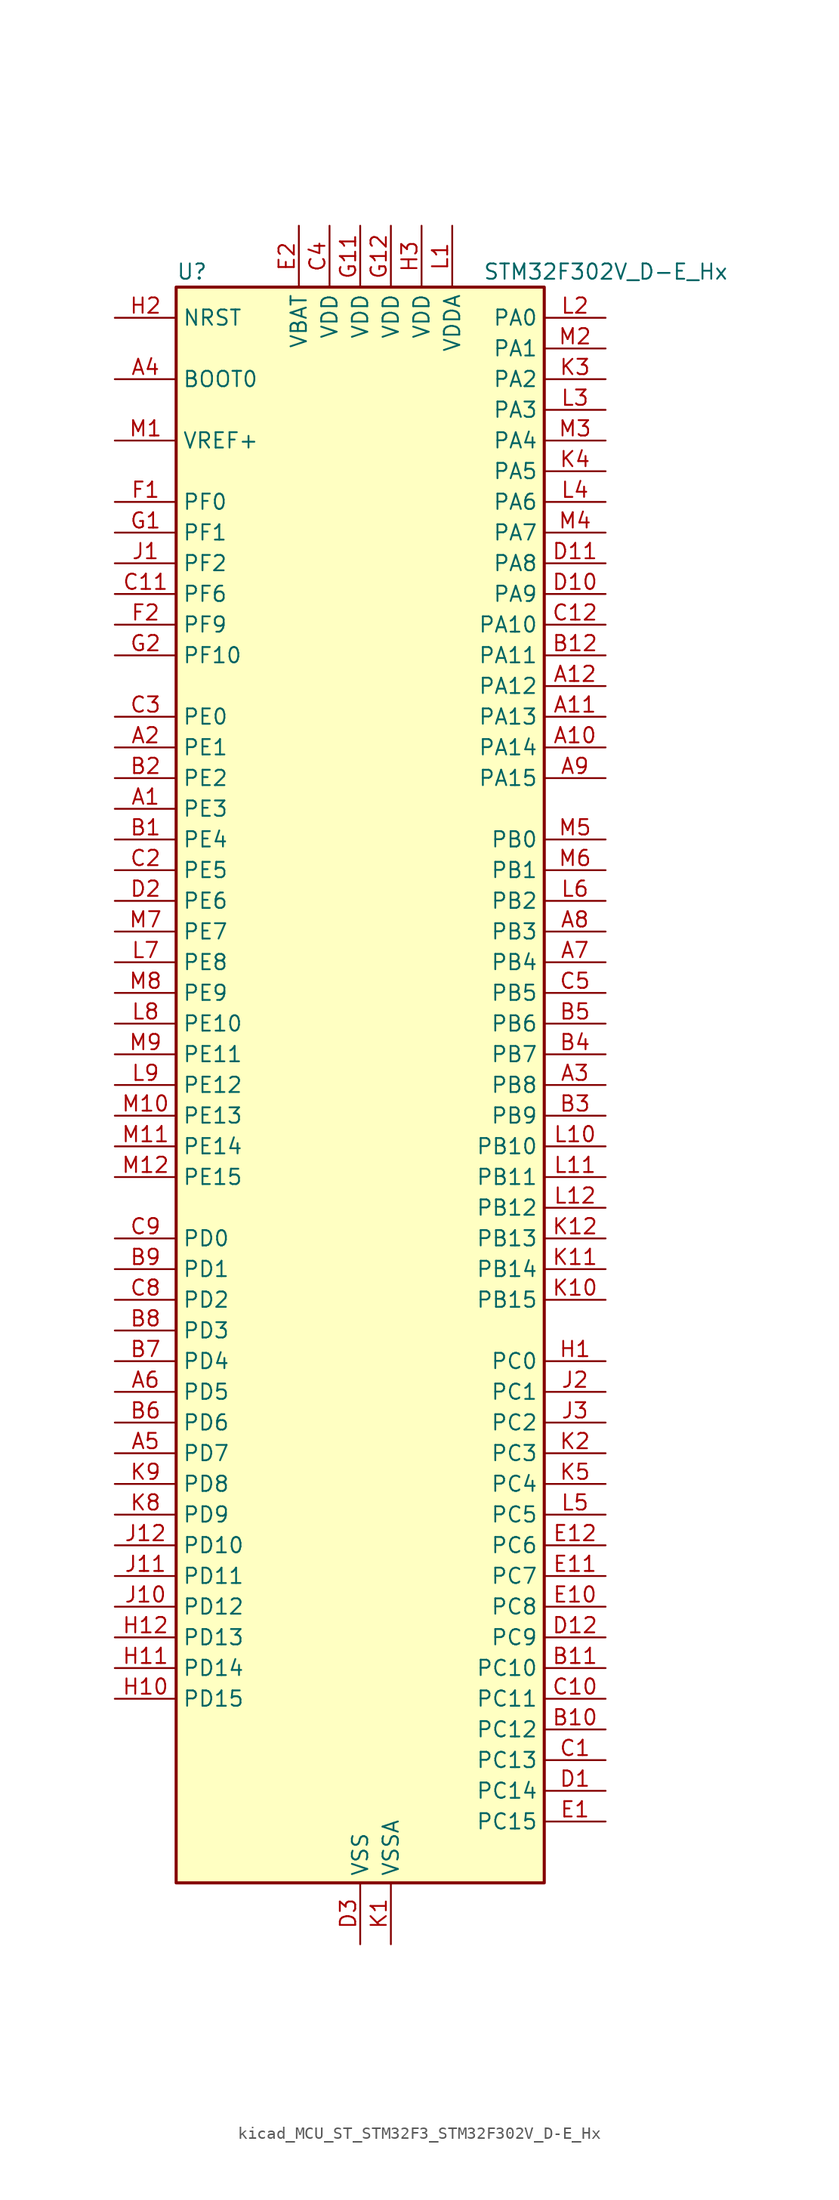
<source format=kicad_sym>
(kicad_symbol_lib
  (version 20220914)
  (generator kicad_symbol_editor)
  (symbol "kicad_MCU_ST_STM32F3_STM32F302V_D-E_Hx"
    (property "Reference" "U"
      (at -15.24 67.31 0)
      (effects (font (size 1.27 1.27)) (justify left)))
    (property "Value" "STM32F302V_D-E_Hx"
      (at 10.16 67.31 0)
      (effects (font (size 1.27 1.27)) (justify left)))
    (property "ki_locked" ""
      (at 0 0 0)
      (effects (font (size 1.27 1.27))))
    (symbol "kicad_MCU_ST_STM32F3_STM32F302V_D-E_Hx_0_1"
      (rectangle (start -15.24 -66.04) (end 15.24 66.04) (stroke (width 0.254) (type default)) (fill (type background))))
    (symbol "kicad_MCU_ST_STM32F3_STM32F302V_D-E_Hx_1_1"
      (pin bidirectional line (at -20.32 22.86 0) (length 5.08) (name "PE3" (effects (font (size 1.27 1.27)))) (number "A1" (effects (font (size 1.27 1.27)))) (alternate "FMC_A19" bidirectional line) (alternate "SPI4_NSS" bidirectional line) (alternate "SYS_TRACED0" bidirectional line) (alternate "TIM3_CH2" bidirectional line) (alternate "TSC_G7_IO2" bidirectional line))
      (pin bidirectional line (at 20.32 27.94 180) (length 5.08) (name "PA14" (effects (font (size 1.27 1.27)))) (number "A10" (effects (font (size 1.27 1.27)))) (alternate "I2C1_SDA" bidirectional line) (alternate "SYS_JTCK-SWCLK" bidirectional line) (alternate "TIM1_BKIN" bidirectional line) (alternate "TSC_G4_IO4" bidirectional line) (alternate "USART2_TX" bidirectional line))
      (pin bidirectional line (at 20.32 30.48 180) (length 5.08) (name "PA13" (effects (font (size 1.27 1.27)))) (number "A11" (effects (font (size 1.27 1.27)))) (alternate "IR_OUT" bidirectional line) (alternate "SYS_JTMS-SWDIO" bidirectional line) (alternate "TIM16_CH1N" bidirectional line) (alternate "TIM4_CH3" bidirectional line) (alternate "TSC_G4_IO3" bidirectional line) (alternate "USART3_CTS" bidirectional line))
      (pin bidirectional line (at 20.32 33.02 180) (length 5.08) (name "PA12" (effects (font (size 1.27 1.27)))) (number "A12" (effects (font (size 1.27 1.27)))) (alternate "CAN_TX" bidirectional line) (alternate "COMP2_OUT" bidirectional line) (alternate "I2S_CKIN" bidirectional line) (alternate "TIM16_CH1" bidirectional line) (alternate "TIM1_CH2N" bidirectional line) (alternate "TIM1_ETR" bidirectional line) (alternate "TIM4_CH2" bidirectional line) (alternate "USART1_DE" bidirectional line) (alternate "USART1_RTS" bidirectional line) (alternate "USB_DP" bidirectional line))
      (pin bidirectional line (at -20.32 27.94 0) (length 5.08) (name "PE1" (effects (font (size 1.27 1.27)))) (number "A2" (effects (font (size 1.27 1.27)))) (alternate "FMC_NBL1" bidirectional line) (alternate "TIM17_CH1" bidirectional line) (alternate "USART1_RX" bidirectional line))
      (pin bidirectional line (at 20.32 0 180) (length 5.08) (name "PB8" (effects (font (size 1.27 1.27)))) (number "A3" (effects (font (size 1.27 1.27)))) (alternate "CAN_RX" bidirectional line) (alternate "COMP1_OUT" bidirectional line) (alternate "I2C1_SCL" bidirectional line) (alternate "TIM16_CH1" bidirectional line) (alternate "TIM1_BKIN" bidirectional line) (alternate "TIM4_CH3" bidirectional line) (alternate "TSC_SYNC" bidirectional line) (alternate "USART3_RX" bidirectional line))
      (pin input line (at -20.32 58.42 0) (length 5.08) (name "BOOT0" (effects (font (size 1.27 1.27)))) (number "A4" (effects (font (size 1.27 1.27)))))
      (pin bidirectional line (at -20.32 -30.48 0) (length 5.08) (name "PD7" (effects (font (size 1.27 1.27)))) (number "A5" (effects (font (size 1.27 1.27)))) (alternate "FMC_NCE2" bidirectional line) (alternate "FMC_NE1" bidirectional line) (alternate "TIM2_CH3" bidirectional line) (alternate "USART2_CK" bidirectional line))
      (pin bidirectional line (at -20.32 -25.4 0) (length 5.08) (name "PD5" (effects (font (size 1.27 1.27)))) (number "A6" (effects (font (size 1.27 1.27)))) (alternate "FMC_NWE" bidirectional line) (alternate "USART2_TX" bidirectional line))
      (pin bidirectional line (at 20.32 10.16 180) (length 5.08) (name "PB4" (effects (font (size 1.27 1.27)))) (number "A7" (effects (font (size 1.27 1.27)))) (alternate "I2S3_ext_SD" bidirectional line) (alternate "SPI1_MISO" bidirectional line) (alternate "SPI3_MISO" bidirectional line) (alternate "SYS_NJTRST" bidirectional line) (alternate "TIM16_CH1" bidirectional line) (alternate "TIM17_BKIN" bidirectional line) (alternate "TIM3_CH1" bidirectional line) (alternate "TSC_G5_IO2" bidirectional line) (alternate "USART2_RX" bidirectional line))
      (pin bidirectional line (at 20.32 12.7 180) (length 5.08) (name "PB3" (effects (font (size 1.27 1.27)))) (number "A8" (effects (font (size 1.27 1.27)))) (alternate "I2S3_CK" bidirectional line) (alternate "SPI1_SCK" bidirectional line) (alternate "SPI3_SCK" bidirectional line) (alternate "SYS_JTDO-TRACESWO" bidirectional line) (alternate "TIM2_CH2" bidirectional line) (alternate "TIM3_ETR" bidirectional line) (alternate "TIM4_ETR" bidirectional line) (alternate "TSC_G5_IO1" bidirectional line) (alternate "USART2_TX" bidirectional line))
      (pin bidirectional line (at 20.32 25.4 180) (length 5.08) (name "PA15" (effects (font (size 1.27 1.27)))) (number "A9" (effects (font (size 1.27 1.27)))) (alternate "ADC1_EXTI15" bidirectional line) (alternate "ADC2_EXTI15" bidirectional line) (alternate "I2C1_SCL" bidirectional line) (alternate "I2S3_WS" bidirectional line) (alternate "SPI1_NSS" bidirectional line) (alternate "SPI3_NSS" bidirectional line) (alternate "SYS_JTDI" bidirectional line) (alternate "TIM1_BKIN" bidirectional line) (alternate "TIM2_CH1" bidirectional line) (alternate "TIM2_ETR" bidirectional line) (alternate "TSC_SYNC" bidirectional line) (alternate "USART2_RX" bidirectional line))
      (pin bidirectional line (at -20.32 20.32 0) (length 5.08) (name "PE4" (effects (font (size 1.27 1.27)))) (number "B1" (effects (font (size 1.27 1.27)))) (alternate "FMC_A20" bidirectional line) (alternate "SPI4_NSS" bidirectional line) (alternate "SYS_TRACED1" bidirectional line) (alternate "TIM3_CH3" bidirectional line) (alternate "TSC_G7_IO3" bidirectional line))
      (pin bidirectional line (at 20.32 -53.34 180) (length 5.08) (name "PC12" (effects (font (size 1.27 1.27)))) (number "B10" (effects (font (size 1.27 1.27)))) (alternate "I2S3_SD" bidirectional line) (alternate "SPI3_MOSI" bidirectional line) (alternate "UART5_TX" bidirectional line) (alternate "USART3_CK" bidirectional line))
      (pin bidirectional line (at 20.32 -48.26 180) (length 5.08) (name "PC10" (effects (font (size 1.27 1.27)))) (number "B11" (effects (font (size 1.27 1.27)))) (alternate "I2S3_CK" bidirectional line) (alternate "SPI3_SCK" bidirectional line) (alternate "UART4_TX" bidirectional line) (alternate "USART3_TX" bidirectional line))
      (pin bidirectional line (at 20.32 35.56 180) (length 5.08) (name "PA11" (effects (font (size 1.27 1.27)))) (number "B12" (effects (font (size 1.27 1.27)))) (alternate "ADC1_EXTI11" bidirectional line) (alternate "ADC2_EXTI11" bidirectional line) (alternate "CAN_RX" bidirectional line) (alternate "COMP1_OUT" bidirectional line) (alternate "I2S2_SD" bidirectional line) (alternate "SPI2_MOSI" bidirectional line) (alternate "TIM1_BKIN2" bidirectional line) (alternate "TIM1_CH1N" bidirectional line) (alternate "TIM1_CH4" bidirectional line) (alternate "TIM4_CH1" bidirectional line) (alternate "USART1_CTS" bidirectional line) (alternate "USB_DM" bidirectional line))
      (pin bidirectional line (at -20.32 25.4 0) (length 5.08) (name "PE2" (effects (font (size 1.27 1.27)))) (number "B2" (effects (font (size 1.27 1.27)))) (alternate "FMC_A23" bidirectional line) (alternate "SPI4_SCK" bidirectional line) (alternate "SYS_TRACECK" bidirectional line) (alternate "TIM3_CH1" bidirectional line) (alternate "TSC_G7_IO1" bidirectional line))
      (pin bidirectional line (at 20.32 -2.54 180) (length 5.08) (name "PB9" (effects (font (size 1.27 1.27)))) (number "B3" (effects (font (size 1.27 1.27)))) (alternate "CAN_TX" bidirectional line) (alternate "COMP2_OUT" bidirectional line) (alternate "DAC1_EXTI9" bidirectional line) (alternate "I2C1_SDA" bidirectional line) (alternate "IR_OUT" bidirectional line) (alternate "TIM17_CH1" bidirectional line) (alternate "TIM4_CH4" bidirectional line) (alternate "USART3_TX" bidirectional line))
      (pin bidirectional line (at 20.32 2.54 180) (length 5.08) (name "PB7" (effects (font (size 1.27 1.27)))) (number "B4" (effects (font (size 1.27 1.27)))) (alternate "FMC_NL" bidirectional line) (alternate "I2C1_SDA" bidirectional line) (alternate "TIM17_CH1N" bidirectional line) (alternate "TIM3_CH4" bidirectional line) (alternate "TIM4_CH2" bidirectional line) (alternate "TSC_G5_IO4" bidirectional line) (alternate "USART1_RX" bidirectional line))
      (pin bidirectional line (at 20.32 5.08 180) (length 5.08) (name "PB6" (effects (font (size 1.27 1.27)))) (number "B5" (effects (font (size 1.27 1.27)))) (alternate "I2C1_SCL" bidirectional line) (alternate "TIM16_CH1N" bidirectional line) (alternate "TIM4_CH1" bidirectional line) (alternate "TSC_G5_IO3" bidirectional line) (alternate "USART1_TX" bidirectional line))
      (pin bidirectional line (at -20.32 -27.94 0) (length 5.08) (name "PD6" (effects (font (size 1.27 1.27)))) (number "B6" (effects (font (size 1.27 1.27)))) (alternate "FMC_NWAIT" bidirectional line) (alternate "TIM2_CH4" bidirectional line) (alternate "USART2_RX" bidirectional line))
      (pin bidirectional line (at -20.32 -22.86 0) (length 5.08) (name "PD4" (effects (font (size 1.27 1.27)))) (number "B7" (effects (font (size 1.27 1.27)))) (alternate "FMC_NOE" bidirectional line) (alternate "TIM2_CH2" bidirectional line) (alternate "USART2_DE" bidirectional line) (alternate "USART2_RTS" bidirectional line))
      (pin bidirectional line (at -20.32 -20.32 0) (length 5.08) (name "PD3" (effects (font (size 1.27 1.27)))) (number "B8" (effects (font (size 1.27 1.27)))) (alternate "FMC_CLK" bidirectional line) (alternate "TIM2_CH1" bidirectional line) (alternate "TIM2_ETR" bidirectional line) (alternate "USART2_CTS" bidirectional line))
      (pin bidirectional line (at -20.32 -15.24 0) (length 5.08) (name "PD1" (effects (font (size 1.27 1.27)))) (number "B9" (effects (font (size 1.27 1.27)))) (alternate "CAN_TX" bidirectional line) (alternate "FMC_D3" bidirectional line) (alternate "FMC_DA3" bidirectional line))
      (pin bidirectional line (at 20.32 -55.88 180) (length 5.08) (name "PC13" (effects (font (size 1.27 1.27)))) (number "C1" (effects (font (size 1.27 1.27)))) (alternate "RTC_OUT_ALARM" bidirectional line) (alternate "RTC_OUT_CALIB" bidirectional line) (alternate "RTC_TAMP1" bidirectional line) (alternate "RTC_TS" bidirectional line) (alternate "SYS_WKUP2" bidirectional line) (alternate "TIM1_CH1N" bidirectional line))
      (pin bidirectional line (at 20.32 -50.8 180) (length 5.08) (name "PC11" (effects (font (size 1.27 1.27)))) (number "C10" (effects (font (size 1.27 1.27)))) (alternate "ADC1_EXTI11" bidirectional line) (alternate "ADC2_EXTI11" bidirectional line) (alternate "I2S3_ext_SD" bidirectional line) (alternate "SPI3_MISO" bidirectional line) (alternate "UART4_RX" bidirectional line) (alternate "USART3_RX" bidirectional line))
      (pin bidirectional line (at -20.32 40.64 0) (length 5.08) (name "PF6" (effects (font (size 1.27 1.27)))) (number "C11" (effects (font (size 1.27 1.27)))) (alternate "FMC_NIORD" bidirectional line) (alternate "I2C2_SCL" bidirectional line) (alternate "TIM4_CH4" bidirectional line) (alternate "USART3_DE" bidirectional line) (alternate "USART3_RTS" bidirectional line))
      (pin bidirectional line (at 20.32 38.1 180) (length 5.08) (name "PA10" (effects (font (size 1.27 1.27)))) (number "C12" (effects (font (size 1.27 1.27)))) (alternate "COMP6_OUT" bidirectional line) (alternate "I2C2_SDA" bidirectional line) (alternate "I2S2_ext_SD" bidirectional line) (alternate "SPI2_MISO" bidirectional line) (alternate "TIM17_BKIN" bidirectional line) (alternate "TIM1_CH3" bidirectional line) (alternate "TIM2_CH4" bidirectional line) (alternate "TSC_G4_IO2" bidirectional line) (alternate "USART1_RX" bidirectional line))
      (pin bidirectional line (at -20.32 17.78 0) (length 5.08) (name "PE5" (effects (font (size 1.27 1.27)))) (number "C2" (effects (font (size 1.27 1.27)))) (alternate "FMC_A21" bidirectional line) (alternate "SPI4_MISO" bidirectional line) (alternate "SYS_TRACED2" bidirectional line) (alternate "TIM3_CH4" bidirectional line) (alternate "TSC_G7_IO4" bidirectional line))
      (pin bidirectional line (at -20.32 30.48 0) (length 5.08) (name "PE0" (effects (font (size 1.27 1.27)))) (number "C3" (effects (font (size 1.27 1.27)))) (alternate "FMC_NBL0" bidirectional line) (alternate "TIM16_CH1" bidirectional line) (alternate "TIM4_ETR" bidirectional line) (alternate "USART1_TX" bidirectional line))
      (pin power_in line (at -2.54 71.12 270) (length 5.08) (name "VDD" (effects (font (size 1.27 1.27)))) (number "C4" (effects (font (size 1.27 1.27)))))
      (pin bidirectional line (at 20.32 7.62 180) (length 5.08) (name "PB5" (effects (font (size 1.27 1.27)))) (number "C5" (effects (font (size 1.27 1.27)))) (alternate "I2C1_SMBA" bidirectional line) (alternate "I2C3_SDA" bidirectional line) (alternate "I2S3_SD" bidirectional line) (alternate "SPI1_MOSI" bidirectional line) (alternate "SPI3_MOSI" bidirectional line) (alternate "TIM16_BKIN" bidirectional line) (alternate "TIM17_CH1" bidirectional line) (alternate "TIM3_CH2" bidirectional line) (alternate "USART2_CK" bidirectional line))
      (pin bidirectional line (at -20.32 -17.78 0) (length 5.08) (name "PD2" (effects (font (size 1.27 1.27)))) (number "C8" (effects (font (size 1.27 1.27)))) (alternate "TIM3_ETR" bidirectional line) (alternate "UART5_RX" bidirectional line))
      (pin bidirectional line (at -20.32 -12.7 0) (length 5.08) (name "PD0" (effects (font (size 1.27 1.27)))) (number "C9" (effects (font (size 1.27 1.27)))) (alternate "CAN_RX" bidirectional line) (alternate "FMC_D2" bidirectional line) (alternate "FMC_DA2" bidirectional line))
      (pin bidirectional line (at 20.32 -58.42 180) (length 5.08) (name "PC14" (effects (font (size 1.27 1.27)))) (number "D1" (effects (font (size 1.27 1.27)))) (alternate "RCC_OSC32_IN" bidirectional line))
      (pin bidirectional line (at 20.32 40.64 180) (length 5.08) (name "PA9" (effects (font (size 1.27 1.27)))) (number "D10" (effects (font (size 1.27 1.27)))) (alternate "DAC1_EXTI9" bidirectional line) (alternate "I2C2_SCL" bidirectional line) (alternate "I2C3_SMBA" bidirectional line) (alternate "I2S3_MCK" bidirectional line) (alternate "TIM15_BKIN" bidirectional line) (alternate "TIM1_CH2" bidirectional line) (alternate "TIM2_CH3" bidirectional line) (alternate "TSC_G4_IO1" bidirectional line) (alternate "USART1_TX" bidirectional line))
      (pin bidirectional line (at 20.32 43.18 180) (length 5.08) (name "PA8" (effects (font (size 1.27 1.27)))) (number "D11" (effects (font (size 1.27 1.27)))) (alternate "I2C2_SMBA" bidirectional line) (alternate "I2C3_SCL" bidirectional line) (alternate "I2S2_MCK" bidirectional line) (alternate "RCC_MCO" bidirectional line) (alternate "TIM1_CH1" bidirectional line) (alternate "TIM4_ETR" bidirectional line) (alternate "USART1_CK" bidirectional line))
      (pin bidirectional line (at 20.32 -45.72 180) (length 5.08) (name "PC9" (effects (font (size 1.27 1.27)))) (number "D12" (effects (font (size 1.27 1.27)))) (alternate "DAC1_EXTI9" bidirectional line) (alternate "I2C3_SDA" bidirectional line) (alternate "I2S_CKIN" bidirectional line) (alternate "TIM3_CH4" bidirectional line))
      (pin bidirectional line (at -20.32 15.24 0) (length 5.08) (name "PE6" (effects (font (size 1.27 1.27)))) (number "D2" (effects (font (size 1.27 1.27)))) (alternate "FMC_A22" bidirectional line) (alternate "RTC_TAMP3" bidirectional line) (alternate "SPI4_MOSI" bidirectional line) (alternate "SYS_TRACED3" bidirectional line) (alternate "SYS_WKUP3" bidirectional line))
      (pin power_in line (at 0 -71.12 90) (length 5.08) (name "VSS" (effects (font (size 1.27 1.27)))) (number "D3" (effects (font (size 1.27 1.27)))))
      (pin bidirectional line (at 20.32 -60.96 180) (length 5.08) (name "PC15" (effects (font (size 1.27 1.27)))) (number "E1" (effects (font (size 1.27 1.27)))) (alternate "ADC1_EXTI15" bidirectional line) (alternate "ADC2_EXTI15" bidirectional line) (alternate "RCC_OSC32_OUT" bidirectional line))
      (pin bidirectional line (at 20.32 -43.18 180) (length 5.08) (name "PC8" (effects (font (size 1.27 1.27)))) (number "E10" (effects (font (size 1.27 1.27)))) (alternate "TIM3_CH3" bidirectional line))
      (pin bidirectional line (at 20.32 -40.64 180) (length 5.08) (name "PC7" (effects (font (size 1.27 1.27)))) (number "E11" (effects (font (size 1.27 1.27)))) (alternate "I2S3_MCK" bidirectional line) (alternate "TIM3_CH2" bidirectional line))
      (pin bidirectional line (at 20.32 -38.1 180) (length 5.08) (name "PC6" (effects (font (size 1.27 1.27)))) (number "E12" (effects (font (size 1.27 1.27)))) (alternate "COMP6_OUT" bidirectional line) (alternate "I2S2_MCK" bidirectional line) (alternate "TIM3_CH1" bidirectional line))
      (pin power_in line (at -5.08 71.12 270) (length 5.08) (name "VBAT" (effects (font (size 1.27 1.27)))) (number "E2" (effects (font (size 1.27 1.27)))))
      (pin passive line (at 0 -71.12 90) (length 5.08) hide (name "VSS" (effects (font (size 1.27 1.27)))) (number "E3" (effects (font (size 1.27 1.27)))))
      (pin bidirectional line (at -20.32 48.26 0) (length 5.08) (name "PF0" (effects (font (size 1.27 1.27)))) (number "F1" (effects (font (size 1.27 1.27)))) (alternate "I2C2_SDA" bidirectional line) (alternate "I2S2_WS" bidirectional line) (alternate "RCC_OSC_IN" bidirectional line) (alternate "SPI2_NSS" bidirectional line) (alternate "TIM1_CH3N" bidirectional line))
      (pin passive line (at 0 -71.12 90) (length 5.08) hide (name "VSS" (effects (font (size 1.27 1.27)))) (number "F11" (effects (font (size 1.27 1.27)))))
      (pin passive line (at 0 -71.12 90) (length 5.08) hide (name "VSS" (effects (font (size 1.27 1.27)))) (number "F12" (effects (font (size 1.27 1.27)))))
      (pin bidirectional line (at -20.32 38.1 0) (length 5.08) (name "PF9" (effects (font (size 1.27 1.27)))) (number "F2" (effects (font (size 1.27 1.27)))) (alternate "DAC1_EXTI9" bidirectional line) (alternate "FMC_CD" bidirectional line) (alternate "SPI2_SCK" bidirectional line) (alternate "TIM15_CH1" bidirectional line))
      (pin bidirectional line (at -20.32 45.72 0) (length 5.08) (name "PF1" (effects (font (size 1.27 1.27)))) (number "G1" (effects (font (size 1.27 1.27)))) (alternate "I2C2_SCL" bidirectional line) (alternate "I2S2_CK" bidirectional line) (alternate "RCC_OSC_OUT" bidirectional line) (alternate "SPI2_SCK" bidirectional line))
      (pin power_in line (at 0 71.12 270) (length 5.08) (name "VDD" (effects (font (size 1.27 1.27)))) (number "G11" (effects (font (size 1.27 1.27)))))
      (pin power_in line (at 2.54 71.12 270) (length 5.08) (name "VDD" (effects (font (size 1.27 1.27)))) (number "G12" (effects (font (size 1.27 1.27)))))
      (pin bidirectional line (at -20.32 35.56 0) (length 5.08) (name "PF10" (effects (font (size 1.27 1.27)))) (number "G2" (effects (font (size 1.27 1.27)))) (alternate "FMC_INTR" bidirectional line) (alternate "SPI2_SCK" bidirectional line) (alternate "TIM15_CH2" bidirectional line))
      (pin bidirectional line (at 20.32 -22.86 180) (length 5.08) (name "PC0" (effects (font (size 1.27 1.27)))) (number "H1" (effects (font (size 1.27 1.27)))) (alternate "ADC1_IN6" bidirectional line) (alternate "ADC2_IN6" bidirectional line) (alternate "TIM1_CH1" bidirectional line))
      (pin bidirectional line (at -20.32 -50.8 0) (length 5.08) (name "PD15" (effects (font (size 1.27 1.27)))) (number "H10" (effects (font (size 1.27 1.27)))) (alternate "ADC1_EXTI15" bidirectional line) (alternate "ADC2_EXTI15" bidirectional line) (alternate "FMC_D1" bidirectional line) (alternate "FMC_DA1" bidirectional line) (alternate "SPI2_NSS" bidirectional line) (alternate "TIM4_CH4" bidirectional line) (alternate "TSC_G8_IO4" bidirectional line))
      (pin bidirectional line (at -20.32 -48.26 0) (length 5.08) (name "PD14" (effects (font (size 1.27 1.27)))) (number "H11" (effects (font (size 1.27 1.27)))) (alternate "FMC_D0" bidirectional line) (alternate "FMC_DA0" bidirectional line) (alternate "OPAMP2_VINP" bidirectional line) (alternate "OPAMP2_VINP_SEC" bidirectional line) (alternate "TIM4_CH3" bidirectional line) (alternate "TSC_G8_IO3" bidirectional line))
      (pin bidirectional line (at -20.32 -45.72 0) (length 5.08) (name "PD13" (effects (font (size 1.27 1.27)))) (number "H12" (effects (font (size 1.27 1.27)))) (alternate "FMC_A18" bidirectional line) (alternate "TIM4_CH2" bidirectional line) (alternate "TSC_G8_IO2" bidirectional line))
      (pin input line (at -20.32 63.5 0) (length 5.08) (name "NRST" (effects (font (size 1.27 1.27)))) (number "H2" (effects (font (size 1.27 1.27)))))
      (pin power_in line (at 5.08 71.12 270) (length 5.08) (name "VDD" (effects (font (size 1.27 1.27)))) (number "H3" (effects (font (size 1.27 1.27)))))
      (pin bidirectional line (at -20.32 43.18 0) (length 5.08) (name "PF2" (effects (font (size 1.27 1.27)))) (number "J1" (effects (font (size 1.27 1.27)))) (alternate "ADC1_IN10" bidirectional line) (alternate "ADC2_IN10" bidirectional line) (alternate "FMC_A2" bidirectional line))
      (pin bidirectional line (at -20.32 -43.18 0) (length 5.08) (name "PD12" (effects (font (size 1.27 1.27)))) (number "J10" (effects (font (size 1.27 1.27)))) (alternate "FMC_A17" bidirectional line) (alternate "FMC_ALE" bidirectional line) (alternate "TIM4_CH1" bidirectional line) (alternate "TSC_G8_IO1" bidirectional line) (alternate "USART3_DE" bidirectional line) (alternate "USART3_RTS" bidirectional line))
      (pin bidirectional line (at -20.32 -40.64 0) (length 5.08) (name "PD11" (effects (font (size 1.27 1.27)))) (number "J11" (effects (font (size 1.27 1.27)))) (alternate "ADC1_EXTI11" bidirectional line) (alternate "ADC2_EXTI11" bidirectional line) (alternate "FMC_A16" bidirectional line) (alternate "FMC_CLE" bidirectional line) (alternate "USART3_CTS" bidirectional line))
      (pin bidirectional line (at -20.32 -38.1 0) (length 5.08) (name "PD10" (effects (font (size 1.27 1.27)))) (number "J12" (effects (font (size 1.27 1.27)))) (alternate "COMP6_INM" bidirectional line) (alternate "FMC_D15" bidirectional line) (alternate "FMC_DA15" bidirectional line) (alternate "USART3_CK" bidirectional line))
      (pin bidirectional line (at 20.32 -25.4 180) (length 5.08) (name "PC1" (effects (font (size 1.27 1.27)))) (number "J2" (effects (font (size 1.27 1.27)))) (alternate "ADC1_IN7" bidirectional line) (alternate "ADC2_IN7" bidirectional line) (alternate "TIM1_CH2" bidirectional line))
      (pin bidirectional line (at 20.32 -27.94 180) (length 5.08) (name "PC2" (effects (font (size 1.27 1.27)))) (number "J3" (effects (font (size 1.27 1.27)))) (alternate "ADC1_IN8" bidirectional line) (alternate "ADC2_IN8" bidirectional line) (alternate "TIM1_CH3" bidirectional line))
      (pin power_in line (at 2.54 -71.12 90) (length 5.08) (name "VSSA" (effects (font (size 1.27 1.27)))) (number "K1" (effects (font (size 1.27 1.27)))))
      (pin bidirectional line (at 20.32 -17.78 180) (length 5.08) (name "PB15" (effects (font (size 1.27 1.27)))) (number "K10" (effects (font (size 1.27 1.27)))) (alternate "ADC1_EXTI15" bidirectional line) (alternate "ADC2_EXTI15" bidirectional line) (alternate "COMP6_INM" bidirectional line) (alternate "I2S2_SD" bidirectional line) (alternate "RTC_REFIN" bidirectional line) (alternate "SPI2_MOSI" bidirectional line) (alternate "TIM15_CH1N" bidirectional line) (alternate "TIM15_CH2" bidirectional line) (alternate "TIM1_CH3N" bidirectional line))
      (pin bidirectional line (at 20.32 -15.24 180) (length 5.08) (name "PB14" (effects (font (size 1.27 1.27)))) (number "K11" (effects (font (size 1.27 1.27)))) (alternate "I2S2_ext_SD" bidirectional line) (alternate "OPAMP2_VINP" bidirectional line) (alternate "OPAMP2_VINP_SEC" bidirectional line) (alternate "SPI2_MISO" bidirectional line) (alternate "TIM15_CH1" bidirectional line) (alternate "TIM1_CH2N" bidirectional line) (alternate "TSC_G6_IO4" bidirectional line) (alternate "USART3_DE" bidirectional line) (alternate "USART3_RTS" bidirectional line))
      (pin bidirectional line (at 20.32 -12.7 180) (length 5.08) (name "PB13" (effects (font (size 1.27 1.27)))) (number "K12" (effects (font (size 1.27 1.27)))) (alternate "I2S2_CK" bidirectional line) (alternate "SPI2_SCK" bidirectional line) (alternate "TIM1_CH1N" bidirectional line) (alternate "TSC_G6_IO3" bidirectional line) (alternate "USART3_CTS" bidirectional line))
      (pin bidirectional line (at 20.32 -30.48 180) (length 5.08) (name "PC3" (effects (font (size 1.27 1.27)))) (number "K2" (effects (font (size 1.27 1.27)))) (alternate "ADC1_IN9" bidirectional line) (alternate "ADC2_IN9" bidirectional line) (alternate "TIM1_BKIN2" bidirectional line) (alternate "TIM1_CH4" bidirectional line))
      (pin bidirectional line (at 20.32 58.42 180) (length 5.08) (name "PA2" (effects (font (size 1.27 1.27)))) (number "K3" (effects (font (size 1.27 1.27)))) (alternate "ADC1_IN3" bidirectional line) (alternate "COMP2_INM" bidirectional line) (alternate "COMP2_OUT" bidirectional line) (alternate "OPAMP1_VOUT" bidirectional line) (alternate "TIM15_CH1" bidirectional line) (alternate "TIM2_CH3" bidirectional line) (alternate "TSC_G1_IO3" bidirectional line) (alternate "USART2_TX" bidirectional line))
      (pin bidirectional line (at 20.32 50.8 180) (length 5.08) (name "PA5" (effects (font (size 1.27 1.27)))) (number "K4" (effects (font (size 1.27 1.27)))) (alternate "ADC2_IN2" bidirectional line) (alternate "COMP1_INM" bidirectional line) (alternate "COMP2_INM" bidirectional line) (alternate "COMP4_INM" bidirectional line) (alternate "COMP6_INM" bidirectional line) (alternate "OPAMP1_VINP" bidirectional line) (alternate "OPAMP1_VINP_SEC" bidirectional line) (alternate "OPAMP2_VINM" bidirectional line) (alternate "OPAMP2_VINM_SEC" bidirectional line) (alternate "SPI1_SCK" bidirectional line) (alternate "TIM2_CH1" bidirectional line) (alternate "TIM2_ETR" bidirectional line) (alternate "TSC_G2_IO2" bidirectional line))
      (pin bidirectional line (at 20.32 -33.02 180) (length 5.08) (name "PC4" (effects (font (size 1.27 1.27)))) (number "K5" (effects (font (size 1.27 1.27)))) (alternate "ADC2_IN5" bidirectional line) (alternate "TIM1_ETR" bidirectional line) (alternate "USART1_TX" bidirectional line))
      (pin bidirectional line (at -20.32 -35.56 0) (length 5.08) (name "PD9" (effects (font (size 1.27 1.27)))) (number "K8" (effects (font (size 1.27 1.27)))) (alternate "DAC1_EXTI9" bidirectional line) (alternate "FMC_D14" bidirectional line) (alternate "FMC_DA14" bidirectional line) (alternate "USART3_RX" bidirectional line))
      (pin bidirectional line (at -20.32 -33.02 0) (length 5.08) (name "PD8" (effects (font (size 1.27 1.27)))) (number "K9" (effects (font (size 1.27 1.27)))) (alternate "FMC_D13" bidirectional line) (alternate "FMC_DA13" bidirectional line) (alternate "USART3_TX" bidirectional line))
      (pin power_in line (at 7.62 71.12 270) (length 5.08) (name "VDDA" (effects (font (size 1.27 1.27)))) (number "L1" (effects (font (size 1.27 1.27)))))
      (pin bidirectional line (at 20.32 -5.08 180) (length 5.08) (name "PB10" (effects (font (size 1.27 1.27)))) (number "L10" (effects (font (size 1.27 1.27)))) (alternate "TIM2_CH3" bidirectional line) (alternate "TSC_SYNC" bidirectional line) (alternate "USART3_TX" bidirectional line))
      (pin bidirectional line (at 20.32 -7.62 180) (length 5.08) (name "PB11" (effects (font (size 1.27 1.27)))) (number "L11" (effects (font (size 1.27 1.27)))) (alternate "ADC1_EXTI11" bidirectional line) (alternate "ADC1_IN14" bidirectional line) (alternate "ADC2_EXTI11" bidirectional line) (alternate "ADC2_IN14" bidirectional line) (alternate "COMP6_INP" bidirectional line) (alternate "TIM2_CH4" bidirectional line) (alternate "TSC_G6_IO1" bidirectional line) (alternate "USART3_RX" bidirectional line))
      (pin bidirectional line (at 20.32 -10.16 180) (length 5.08) (name "PB12" (effects (font (size 1.27 1.27)))) (number "L12" (effects (font (size 1.27 1.27)))) (alternate "I2C2_SMBA" bidirectional line) (alternate "I2S2_WS" bidirectional line) (alternate "SPI2_NSS" bidirectional line) (alternate "TIM1_BKIN" bidirectional line) (alternate "TSC_G6_IO2" bidirectional line) (alternate "USART3_CK" bidirectional line))
      (pin bidirectional line (at 20.32 63.5 180) (length 5.08) (name "PA0" (effects (font (size 1.27 1.27)))) (number "L2" (effects (font (size 1.27 1.27)))) (alternate "ADC1_IN1" bidirectional line) (alternate "COMP1_INM" bidirectional line) (alternate "COMP1_OUT" bidirectional line) (alternate "RTC_TAMP2" bidirectional line) (alternate "SYS_WKUP1" bidirectional line) (alternate "TIM2_CH1" bidirectional line) (alternate "TIM2_ETR" bidirectional line) (alternate "TSC_G1_IO1" bidirectional line) (alternate "USART2_CTS" bidirectional line))
      (pin bidirectional line (at 20.32 55.88 180) (length 5.08) (name "PA3" (effects (font (size 1.27 1.27)))) (number "L3" (effects (font (size 1.27 1.27)))) (alternate "ADC1_IN4" bidirectional line) (alternate "OPAMP1_VINM" bidirectional line) (alternate "OPAMP1_VINM_SEC" bidirectional line) (alternate "OPAMP1_VINP" bidirectional line) (alternate "OPAMP1_VINP_SEC" bidirectional line) (alternate "TIM15_CH2" bidirectional line) (alternate "TIM2_CH4" bidirectional line) (alternate "TSC_G1_IO4" bidirectional line) (alternate "USART2_RX" bidirectional line))
      (pin bidirectional line (at 20.32 48.26 180) (length 5.08) (name "PA6" (effects (font (size 1.27 1.27)))) (number "L4" (effects (font (size 1.27 1.27)))) (alternate "ADC2_IN3" bidirectional line) (alternate "COMP1_OUT" bidirectional line) (alternate "OPAMP2_VOUT" bidirectional line) (alternate "SPI1_MISO" bidirectional line) (alternate "TIM16_CH1" bidirectional line) (alternate "TIM1_BKIN" bidirectional line) (alternate "TIM3_CH1" bidirectional line) (alternate "TSC_G2_IO3" bidirectional line))
      (pin bidirectional line (at 20.32 -35.56 180) (length 5.08) (name "PC5" (effects (font (size 1.27 1.27)))) (number "L5" (effects (font (size 1.27 1.27)))) (alternate "ADC2_IN11" bidirectional line) (alternate "OPAMP1_VINM" bidirectional line) (alternate "OPAMP1_VINM_SEC" bidirectional line) (alternate "OPAMP2_VINM" bidirectional line) (alternate "OPAMP2_VINM_SEC" bidirectional line) (alternate "TIM15_BKIN" bidirectional line) (alternate "TSC_G3_IO1" bidirectional line) (alternate "USART1_RX" bidirectional line))
      (pin bidirectional line (at 20.32 15.24 180) (length 5.08) (name "PB2" (effects (font (size 1.27 1.27)))) (number "L6" (effects (font (size 1.27 1.27)))) (alternate "ADC2_IN12" bidirectional line) (alternate "COMP4_INM" bidirectional line) (alternate "TSC_G3_IO4" bidirectional line))
      (pin bidirectional line (at -20.32 10.16 0) (length 5.08) (name "PE8" (effects (font (size 1.27 1.27)))) (number "L7" (effects (font (size 1.27 1.27)))) (alternate "COMP4_INM" bidirectional line) (alternate "FMC_D5" bidirectional line) (alternate "FMC_DA5" bidirectional line) (alternate "TIM1_CH1N" bidirectional line))
      (pin bidirectional line (at -20.32 5.08 0) (length 5.08) (name "PE10" (effects (font (size 1.27 1.27)))) (number "L8" (effects (font (size 1.27 1.27)))) (alternate "FMC_D7" bidirectional line) (alternate "FMC_DA7" bidirectional line) (alternate "TIM1_CH2N" bidirectional line))
      (pin bidirectional line (at -20.32 0 0) (length 5.08) (name "PE12" (effects (font (size 1.27 1.27)))) (number "L9" (effects (font (size 1.27 1.27)))) (alternate "FMC_D9" bidirectional line) (alternate "FMC_DA9" bidirectional line) (alternate "SPI4_SCK" bidirectional line) (alternate "TIM1_CH3N" bidirectional line))
      (pin input line (at -20.32 53.34 0) (length 5.08) (name "VREF+" (effects (font (size 1.27 1.27)))) (number "M1" (effects (font (size 1.27 1.27)))))
      (pin bidirectional line (at -20.32 -2.54 0) (length 5.08) (name "PE13" (effects (font (size 1.27 1.27)))) (number "M10" (effects (font (size 1.27 1.27)))) (alternate "FMC_D10" bidirectional line) (alternate "FMC_DA10" bidirectional line) (alternate "SPI4_MISO" bidirectional line) (alternate "TIM1_CH3" bidirectional line))
      (pin bidirectional line (at -20.32 -5.08 0) (length 5.08) (name "PE14" (effects (font (size 1.27 1.27)))) (number "M11" (effects (font (size 1.27 1.27)))) (alternate "FMC_D11" bidirectional line) (alternate "FMC_DA11" bidirectional line) (alternate "SPI4_MOSI" bidirectional line) (alternate "TIM1_BKIN2" bidirectional line) (alternate "TIM1_CH4" bidirectional line))
      (pin bidirectional line (at -20.32 -7.62 0) (length 5.08) (name "PE15" (effects (font (size 1.27 1.27)))) (number "M12" (effects (font (size 1.27 1.27)))) (alternate "ADC1_EXTI15" bidirectional line) (alternate "ADC2_EXTI15" bidirectional line) (alternate "FMC_D12" bidirectional line) (alternate "FMC_DA12" bidirectional line) (alternate "TIM1_BKIN" bidirectional line) (alternate "USART3_RX" bidirectional line))
      (pin bidirectional line (at 20.32 60.96 180) (length 5.08) (name "PA1" (effects (font (size 1.27 1.27)))) (number "M2" (effects (font (size 1.27 1.27)))) (alternate "ADC1_IN2" bidirectional line) (alternate "COMP1_INP" bidirectional line) (alternate "OPAMP1_VINP" bidirectional line) (alternate "OPAMP1_VINP_SEC" bidirectional line) (alternate "RTC_REFIN" bidirectional line) (alternate "TIM15_CH1N" bidirectional line) (alternate "TIM2_CH2" bidirectional line) (alternate "TSC_G1_IO2" bidirectional line) (alternate "USART2_DE" bidirectional line) (alternate "USART2_RTS" bidirectional line))
      (pin bidirectional line (at 20.32 53.34 180) (length 5.08) (name "PA4" (effects (font (size 1.27 1.27)))) (number "M3" (effects (font (size 1.27 1.27)))) (alternate "ADC2_IN1" bidirectional line) (alternate "COMP1_INM" bidirectional line) (alternate "COMP2_INM" bidirectional line) (alternate "COMP4_INM" bidirectional line) (alternate "COMP6_INM" bidirectional line) (alternate "DAC1_OUT1" bidirectional line) (alternate "I2S3_WS" bidirectional line) (alternate "SPI1_NSS" bidirectional line) (alternate "SPI3_NSS" bidirectional line) (alternate "TIM3_CH2" bidirectional line) (alternate "TSC_G2_IO1" bidirectional line) (alternate "USART2_CK" bidirectional line))
      (pin bidirectional line (at 20.32 45.72 180) (length 5.08) (name "PA7" (effects (font (size 1.27 1.27)))) (number "M4" (effects (font (size 1.27 1.27)))) (alternate "ADC2_IN4" bidirectional line) (alternate "COMP2_INP" bidirectional line) (alternate "OPAMP1_VINP" bidirectional line) (alternate "OPAMP1_VINP_SEC" bidirectional line) (alternate "OPAMP2_VINP" bidirectional line) (alternate "OPAMP2_VINP_SEC" bidirectional line) (alternate "SPI1_MOSI" bidirectional line) (alternate "TIM17_CH1" bidirectional line) (alternate "TIM1_CH1N" bidirectional line) (alternate "TIM3_CH2" bidirectional line) (alternate "TSC_G2_IO4" bidirectional line))
      (pin bidirectional line (at 20.32 20.32 180) (length 5.08) (name "PB0" (effects (font (size 1.27 1.27)))) (number "M5" (effects (font (size 1.27 1.27)))) (alternate "COMP4_INP" bidirectional line) (alternate "OPAMP2_VINP" bidirectional line) (alternate "OPAMP2_VINP_SEC" bidirectional line) (alternate "TIM1_CH2N" bidirectional line) (alternate "TIM3_CH3" bidirectional line) (alternate "TSC_G3_IO2" bidirectional line))
      (pin bidirectional line (at 20.32 17.78 180) (length 5.08) (name "PB1" (effects (font (size 1.27 1.27)))) (number "M6" (effects (font (size 1.27 1.27)))) (alternate "COMP4_OUT" bidirectional line) (alternate "TIM1_CH3N" bidirectional line) (alternate "TIM3_CH4" bidirectional line) (alternate "TSC_G3_IO3" bidirectional line))
      (pin bidirectional line (at -20.32 12.7 0) (length 5.08) (name "PE7" (effects (font (size 1.27 1.27)))) (number "M7" (effects (font (size 1.27 1.27)))) (alternate "FMC_D4" bidirectional line) (alternate "FMC_DA4" bidirectional line) (alternate "TIM1_ETR" bidirectional line))
      (pin bidirectional line (at -20.32 7.62 0) (length 5.08) (name "PE9" (effects (font (size 1.27 1.27)))) (number "M8" (effects (font (size 1.27 1.27)))) (alternate "DAC1_EXTI9" bidirectional line) (alternate "FMC_D6" bidirectional line) (alternate "FMC_DA6" bidirectional line) (alternate "TIM1_CH1" bidirectional line))
      (pin bidirectional line (at -20.32 2.54 0) (length 5.08) (name "PE11" (effects (font (size 1.27 1.27)))) (number "M9" (effects (font (size 1.27 1.27)))) (alternate "ADC1_EXTI11" bidirectional line) (alternate "ADC2_EXTI11" bidirectional line) (alternate "FMC_D8" bidirectional line) (alternate "FMC_DA8" bidirectional line) (alternate "SPI4_NSS" bidirectional line) (alternate "TIM1_CH2" bidirectional line)))))
</source>
